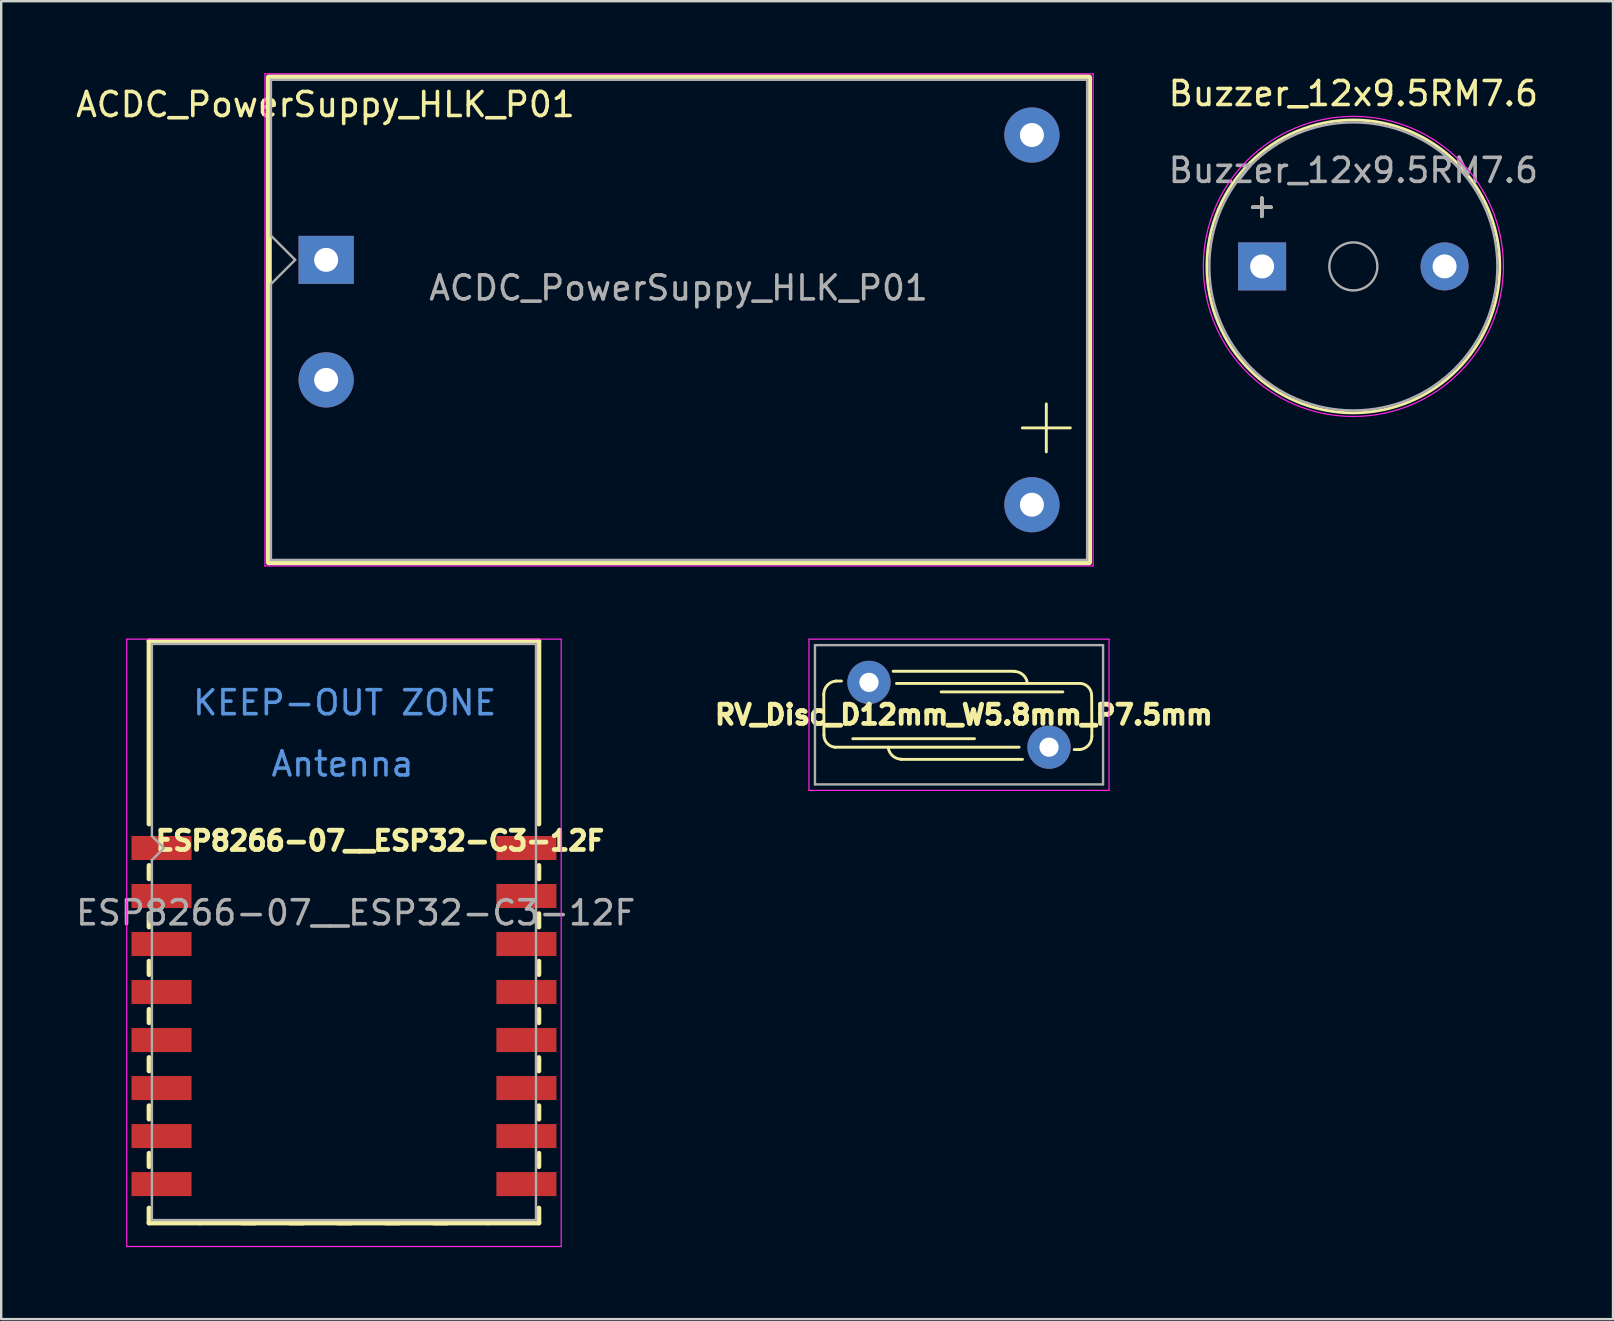
<source format=kicad_pcb>
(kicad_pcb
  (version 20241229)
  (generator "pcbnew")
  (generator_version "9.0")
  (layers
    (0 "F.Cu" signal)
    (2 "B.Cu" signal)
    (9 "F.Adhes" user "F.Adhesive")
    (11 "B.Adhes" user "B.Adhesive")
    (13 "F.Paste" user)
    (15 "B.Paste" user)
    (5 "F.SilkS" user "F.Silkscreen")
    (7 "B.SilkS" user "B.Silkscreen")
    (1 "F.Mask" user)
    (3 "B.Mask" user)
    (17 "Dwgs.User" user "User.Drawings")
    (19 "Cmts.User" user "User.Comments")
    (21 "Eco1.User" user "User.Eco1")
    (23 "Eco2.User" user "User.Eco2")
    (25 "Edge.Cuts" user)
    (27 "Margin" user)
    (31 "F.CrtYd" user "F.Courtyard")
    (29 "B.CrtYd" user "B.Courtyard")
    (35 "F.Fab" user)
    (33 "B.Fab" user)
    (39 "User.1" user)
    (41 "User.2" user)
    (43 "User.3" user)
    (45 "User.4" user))
  (footprint "Buzzer_12x9.5RM7.6"
    (layer "F.Cu")
    (at 49.526 8.048)
    (property "Reference" "Buzzer_12x9.5RM7.6" (at 3.8 -7.2 0) (layer "F.SilkS") (effects (font (size 1 1) (thickness 0.15))))
    (attr through_hole)
    (fp_circle (center 3.8 0) (end 9.9 0) (stroke (width 0.12) (type solid)) (fill no) (layer "F.SilkS"))
    (fp_circle (center 3.8 0) (end 10.05 0) (stroke (width 0.05) (type solid)) (fill no) (layer "F.CrtYd"))
    (fp_circle (center 3.8 0) (end 4.8 0) (stroke (width 0.1) (type solid)) (fill no) (layer "F.Fab"))
    (fp_circle (center 3.8 0) (end 9.8 0) (stroke (width 0.1) (type solid)) (fill no) (layer "F.Fab"))
    (fp_text user "+" (at -0.01 -2.54 0) (layer "F.SilkS") (effects (font (size 1 1) (thickness 0.15))))
    (fp_text user "${REFERENCE}" (at 3.8 -4 0) (layer "F.Fab") (effects (font (size 1 1) (thickness 0.15))))
    (fp_text user "+" (at -0.01 -2.54 0) (layer "F.Fab") (effects (font (size 1 1) (thickness 0.15))))
    (pad "1" thru_hole rect (at 0 0) (size 2 2) (drill 1) (layers "*.Cu" "*.Mask"))
    (pad "2" thru_hole circle (at 7.6 0) (size 2 2) (drill 1) (layers "*.Cu" "*.Mask")))
  (footprint "ESP8266-07__ESP32-C3-12F"
    (layer "F.Cu")
    (at 3.158 31.275)
    (property "Reference" "ESP8266-07__ESP32-C3-12F" (at 9.62 0.7 180) (layer "F.SilkS") (effects (font (size 0.8 0.8) (thickness 0.2))))
    (attr smd)
    (fp_line (start 0 -7.62) (end 16.24 -7.62) (stroke (width 0.2) (type solid)) (layer "F.SilkS"))
    (fp_line (start 0 0) (end 0 -7.62) (stroke (width 0.2) (type solid)) (layer "F.SilkS"))
    (fp_line (start 0 1.727) (end 0 2.286) (stroke (width 0.2) (type solid)) (layer "F.SilkS"))
    (fp_line (start 0 3.734) (end 0 4.293) (stroke (width 0.2) (type solid)) (layer "F.SilkS"))
    (fp_line (start 0 5.715) (end 0 6.274) (stroke (width 0.2) (type solid)) (layer "F.SilkS"))
    (fp_line (start 0 7.722) (end 0 8.28) (stroke (width 0.2) (type solid)) (layer "F.SilkS"))
    (fp_line (start 0 9.728) (end 0 10.287) (stroke (width 0.2) (type solid)) (layer "F.SilkS"))
    (fp_line (start 0 11.735) (end 0 12.294) (stroke (width 0.2) (type solid)) (layer "F.SilkS"))
    (fp_line (start 0 13.716) (end 0 14.275) (stroke (width 0.2) (type solid)) (layer "F.SilkS"))
    (fp_line (start 0 16.62) (end 0 16) (stroke (width 0.2) (type solid)) (layer "F.SilkS"))
    (fp_line (start 2.12 16.62) (end 0 16.62) (stroke (width 0.2) (type solid)) (layer "F.SilkS"))
    (fp_line (start 2.12 16.62) (end 14.12 16.62) (stroke (width 0.2) (type default)) (layer "F.SilkS"))
    (fp_line (start 3.861 16.62) (end 4.42 16.62) (stroke (width 0.2) (type solid)) (layer "F.SilkS"))
    (fp_line (start 5.867 16.62) (end 6.426 16.62) (stroke (width 0.2) (type solid)) (layer "F.SilkS"))
    (fp_line (start 7.849 16.62) (end 8.407 16.62) (stroke (width 0.2) (type solid)) (layer "F.SilkS"))
    (fp_line (start 9.853 16.62) (end 10.412 16.62) (stroke (width 0.2) (type solid)) (layer "F.SilkS"))
    (fp_line (start 11.859 16.62) (end 12.418 16.62) (stroke (width 0.2) (type solid)) (layer "F.SilkS"))
    (fp_line (start 16.24 -7.62) (end 16.24 0) (stroke (width 0.2) (type solid)) (layer "F.SilkS"))
    (fp_line (start 16.24 1.727) (end 16.24 2.286) (stroke (width 0.2) (type solid)) (layer "F.SilkS"))
    (fp_line (start 16.24 3.734) (end 16.24 4.293) (stroke (width 0.2) (type solid)) (layer "F.SilkS"))
    (fp_line (start 16.24 5.715) (end 16.24 6.274) (stroke (width 0.2) (type solid)) (layer "F.SilkS"))
    (fp_line (start 16.24 7.722) (end 16.24 8.28) (stroke (width 0.2) (type solid)) (layer "F.SilkS"))
    (fp_line (start 16.24 9.728) (end 16.24 10.287) (stroke (width 0.2) (type solid)) (layer "F.SilkS"))
    (fp_line (start 16.24 11.735) (end 16.24 12.294) (stroke (width 0.2) (type solid)) (layer "F.SilkS"))
    (fp_line (start 16.24 13.716) (end 16.24 14.275) (stroke (width 0.2) (type solid)) (layer "F.SilkS"))
    (fp_line (start 16.24 16) (end 16.24 16.62) (stroke (width 0.2) (type solid)) (layer "F.SilkS"))
    (fp_line (start 16.24 16.62) (end 14.12 16.62) (stroke (width 0.2) (type solid)) (layer "F.SilkS"))
    (fp_line (start -0.93 -7.7) (end 17.17 -7.7) (stroke (width 0.05) (type solid)) (layer "F.CrtYd"))
    (fp_line (start -0.93 17.6) (end -0.93 -7.7) (stroke (width 0.05) (type solid)) (layer "F.CrtYd"))
    (fp_line (start 17.17 -7.7) (end 17.17 17.6) (stroke (width 0.05) (type solid)) (layer "F.CrtYd"))
    (fp_line (start 17.17 17.6) (end -0.93 17.6) (stroke (width 0.05) (type solid)) (layer "F.CrtYd"))
    (fp_line (start 0.12 -7.5) (end 16.12 -7.5) (stroke (width 0.1) (type solid)) (layer "F.Fab"))
    (fp_line (start 0.12 0.5) (end 0.12 -7.5) (stroke (width 0.1) (type solid)) (layer "F.Fab"))
    (fp_line (start 0.12 1.5) (end 0.62 1) (stroke (width 0.1) (type solid)) (layer "F.Fab"))
    (fp_line (start 0.12 16.5) (end 0.12 1.5) (stroke (width 0.1) (type solid)) (layer "F.Fab"))
    (fp_line (start 0.62 1) (end 0.12 0.5) (stroke (width 0.1) (type solid)) (layer "F.Fab"))
    (fp_line (start 16.12 -7.5) (end 16.12 16.5) (stroke (width 0.1) (type solid)) (layer "F.Fab"))
    (fp_line (start 16.12 16.5) (end 0.12 16.5) (stroke (width 0.1) (type solid)) (layer "F.Fab"))
    (fp_text user "Antenna" (at 8.06 -2.5 180) (layer "Cmts.User") (effects (font (size 1 1) (thickness 0.15))))
    (fp_text user "KEEP-OUT ZONE" (at 8.15 -5.05 180) (layer "Cmts.User") (effects (font (size 1 1) (thickness 0.15))))
    (fp_text user "${REFERENCE}" (at 8.61 3.7 180) (layer "F.Fab") (effects (font (size 1 1) (thickness 0.15))))
    (pad "1" smd rect (at 0.52 1) (size 2.5 1) (layers "F.Cu" "F.Mask" "F.Paste"))
    (pad "2" smd rect (at 0.52 3) (size 2.5 1) (layers "F.Cu" "F.Mask" "F.Paste"))
    (pad "3" smd rect (at 0.52 5) (size 2.5 1) (layers "F.Cu" "F.Mask" "F.Paste"))
    (pad "4" smd rect (at 0.52 7) (size 2.5 1) (layers "F.Cu" "F.Mask" "F.Paste"))
    (pad "5" smd rect (at 0.52 9) (size 2.5 1) (layers "F.Cu" "F.Mask" "F.Paste"))
    (pad "6" smd rect (at 0.52 11) (size 2.5 1) (layers "F.Cu" "F.Mask" "F.Paste"))
    (pad "7" smd rect (at 0.52 13) (size 2.5 1) (layers "F.Cu" "F.Mask" "F.Paste"))
    (pad "8" smd rect (at 0.52 15) (size 2.5 1) (layers "F.Cu" "F.Mask" "F.Paste"))
    (pad "15" smd rect (at 15.72 15) (size 2.5 1) (layers "F.Cu" "F.Mask" "F.Paste"))
    (pad "16" smd rect (at 15.72 13) (size 2.5 1) (layers "F.Cu" "F.Mask" "F.Paste"))
    (pad "17" smd rect (at 15.72 11) (size 2.5 1) (layers "F.Cu" "F.Mask" "F.Paste"))
    (pad "18" smd rect (at 15.72 9) (size 2.5 1) (layers "F.Cu" "F.Mask" "F.Paste"))
    (pad "19" smd rect (at 15.72 7) (size 2.5 1) (layers "F.Cu" "F.Mask" "F.Paste"))
    (pad "20" smd rect (at 15.72 5) (size 2.5 1) (layers "F.Cu" "F.Mask" "F.Paste"))
    (pad "21" smd rect (at 15.72 3) (size 2.5 1) (layers "F.Cu" "F.Mask" "F.Paste"))
    (pad "22" smd rect (at 15.72 1) (size 2.5 1) (layers "F.Cu" "F.Mask" "F.Paste"))
    (zone (net_name "") (layers "F.Cu" "B.Cu") (hatch full 0.508) (connect_pads) (min_thickness 0.254) (filled_areas_thickness no) (keepout (tracks not_allowed) (vias not_allowed) (pads not_allowed) (copperpour not_allowed) (footprints not_allowed)) (placement (enabled no)) (fill) (polygon (pts (xy 3.158 30.995) (xy 19.398 30.995) (xy 19.398 23.675) (xy 3.158 23.675)))))
  (footprint "RV_Disc_D12mm_W5.8mm_P7.5mm"
    (layer "F.Cu")
    (at 33.149 25.375)
    (property "Reference" "RV_Disc_D12mm_W5.8mm_P7.5mm" (at 3.95 1.35 0) (layer "F.SilkS") (effects (font (size 0.8 0.8) (thickness 0.2))))
    (attr through_hole)
    (fp_line (start -1.876 2.191) (end -1.884 0.499) (stroke (width 0.12) (type solid)) (layer "F.SilkS"))
    (fp_line (start -1.384 -0.055) (end -1.148 -0.055) (stroke (width 0.12) (type solid)) (layer "F.SilkS"))
    (fp_line (start 1.005 -0.462) (end 6.075 -0.462) (stroke (width 0.12) (type solid)) (layer "F.SilkS"))
    (fp_line (start 1.146 0.044) (end 8.821 0.044) (stroke (width 0.12) (type solid)) (layer "F.SilkS"))
    (fp_line (start 3.005 0.398) (end 8.075 0.398) (stroke (width 0.12) (type solid)) (layer "F.SilkS"))
    (fp_line (start 4.395 2.347) (end -0.675 2.347) (stroke (width 0.12) (type solid)) (layer "F.SilkS"))
    (fp_line (start 6.254 2.701) (end -1.421 2.701) (stroke (width 0.12) (type solid)) (layer "F.SilkS"))
    (fp_line (start 6.395 3.207) (end 1.325 3.207) (stroke (width 0.12) (type solid)) (layer "F.SilkS"))
    (fp_line (start 8.784 2.8) (end 8.548 2.8) (stroke (width 0.12) (type solid)) (layer "F.SilkS"))
    (fp_line (start 9.276 0.554) (end 9.284 2.246) (stroke (width 0.12) (type solid)) (layer "F.SilkS"))
    (fp_arc (start -1.883797 0.49919) (mid -1.74086 0.125544) (end -1.383797 -0.054865) (stroke (width 0.12) (type solid)) (layer "F.SilkS"))
    (fp_arc (start -1.420537 2.701119) (mid -1.747381 2.53475) (end -1.875537 2.19112) (stroke (width 0.12) (type solid)) (layer "F.SilkS"))
    (fp_arc (start 1.354055 3.2) (mid 0.980409 3.057065) (end 0.8 2.7) (stroke (width 0.12) (type solid)) (layer "F.SilkS"))
    (fp_arc (start 6.045945 -0.454865) (mid 6.419592 -0.31193) (end 6.6 0.045135) (stroke (width 0.12) (type solid)) (layer "F.SilkS"))
    (fp_arc (start 8.820537 0.044016) (mid 9.147366 0.210395) (end 9.275537 0.554015) (stroke (width 0.12) (type solid)) (layer "F.SilkS"))
    (fp_arc (start 9.283797 2.245945) (mid 9.140863 2.619593) (end 8.783797 2.8) (stroke (width 0.12) (type solid)) (layer "F.SilkS"))
    (fp_line (start -2.5 -1.8) (end -2.5 4.5) (stroke (width 0.05) (type solid)) (layer "F.CrtYd"))
    (fp_line (start -2.5 -1.8) (end 10 -1.8) (stroke (width 0.05) (type solid)) (layer "F.CrtYd"))
    (fp_line (start -2.5 4.5) (end 10 4.5) (stroke (width 0.05) (type solid)) (layer "F.CrtYd"))
    (fp_line (start 10 -1.8) (end 10 4.5) (stroke (width 0.05) (type solid)) (layer "F.CrtYd"))
    (fp_line (start -2.25 -1.55) (end -2.25 4.25) (stroke (width 0.1) (type solid)) (layer "F.Fab"))
    (fp_line (start -2.25 -1.55) (end 9.75 -1.55) (stroke (width 0.1) (type solid)) (layer "F.Fab"))
    (fp_line (start -2.25 4.25) (end 9.75 4.25) (stroke (width 0.1) (type solid)) (layer "F.Fab"))
    (fp_line (start 9.75 -1.55) (end 9.75 4.25) (stroke (width 0.1) (type solid)) (layer "F.Fab"))
    (pad "1" thru_hole circle (at 0 0) (size 1.8 1.8) (drill 0.8) (layers "*.Cu" "*.Mask"))
    (pad "2" thru_hole circle (at 7.5 2.7) (size 1.8 1.8) (drill 0.8) (layers "*.Cu" "*.Mask")))
  (footprint "ACDC_PowerSuppy_HLK_P01"
    (layer "F.Cu")
    (at 10.536 7.775)
    (property "Reference" "ACDC_PowerSuppy_HLK_P01" (at -0.03 -6.47 0) (layer "F.SilkS") (effects (font (size 1 1) (thickness 0.15))))
    (attr through_hole)
    (fp_line (start 29 7) (end 31 7) (stroke (width 0.12) (type default)) (layer "F.SilkS"))
    (fp_line (start 30 6) (end 30 8) (stroke (width 0.12) (type default)) (layer "F.SilkS"))
    (fp_rect (start -2.39 -7.6) (end 31.78 12.6) (stroke (width 0.25) (type solid)) (fill no) (layer "F.SilkS"))
    (fp_line (start -2.55 -7.75) (end -2.55 12.75) (stroke (width 0.05) (type solid)) (layer "F.CrtYd"))
    (fp_line (start -2.55 12.75) (end 31.95 12.75) (stroke (width 0.05) (type solid)) (layer "F.CrtYd"))
    (fp_line (start 31.95 -7.75) (end -2.55 -7.75) (stroke (width 0.05) (type solid)) (layer "F.CrtYd"))
    (fp_line (start 31.95 12.75) (end 31.95 -7.75) (stroke (width 0.05) (type solid)) (layer "F.CrtYd"))
    (fp_line (start -2.3 -7.5) (end 31.7 -7.5) (stroke (width 0.1) (type solid)) (layer "F.Fab"))
    (fp_line (start -2.3 -1) (end -2.3 -7.5) (stroke (width 0.1) (type solid)) (layer "F.Fab"))
    (fp_line (start -2.3 12.5) (end -2.3 0.99) (stroke (width 0.1) (type solid)) (layer "F.Fab"))
    (fp_line (start -2.3 12.5) (end 31.7 12.5) (stroke (width 0.1) (type solid)) (layer "F.Fab"))
    (fp_line (start -2.29 -1) (end -1.29 0) (stroke (width 0.1) (type solid)) (layer "F.Fab"))
    (fp_line (start -1.29 0) (end -2.29 1) (stroke (width 0.1) (type solid)) (layer "F.Fab"))
    (fp_line (start 31.7 12.5) (end 31.7 -7.5) (stroke (width 0.1) (type solid)) (layer "F.Fab"))
    (fp_text user "${REFERENCE}" (at 14.68 1.17 0) (layer "F.Fab") (effects (font (size 1 1) (thickness 0.15))))
    (pad "1" thru_hole rect (at 0 0) (size 2.3 2) (drill 1) (layers "*.Cu" "*.Mask"))
    (pad "2" thru_hole circle (at 0 5) (size 2.3 2.3) (drill 1) (layers "*.Cu" "*.Mask"))
    (pad "3" thru_hole circle (at 29.4 -5.2) (size 2.3 2.3) (drill 1) (layers "*.Cu" "*.Mask"))
    (pad "4" thru_hole circle (at 29.4 10.2) (size 2.3 2.3) (drill 1) (layers "*.Cu" "*.Mask")))
  (gr_rect
    (start -3 -3)
    (end 64.142 51.9)
    (stroke (width 0.1) (type default))
    (fill no)
    (layer "Edge.Cuts")))
</source>
